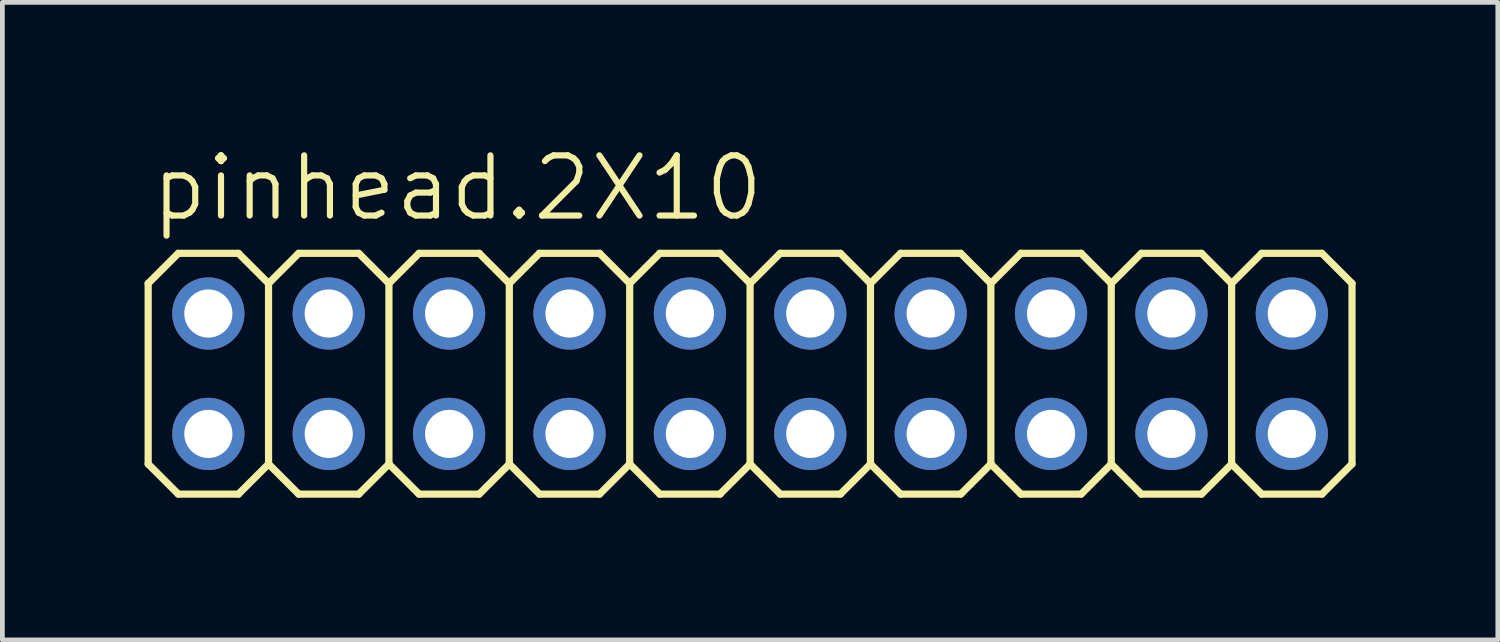
<source format=kicad_pcb>
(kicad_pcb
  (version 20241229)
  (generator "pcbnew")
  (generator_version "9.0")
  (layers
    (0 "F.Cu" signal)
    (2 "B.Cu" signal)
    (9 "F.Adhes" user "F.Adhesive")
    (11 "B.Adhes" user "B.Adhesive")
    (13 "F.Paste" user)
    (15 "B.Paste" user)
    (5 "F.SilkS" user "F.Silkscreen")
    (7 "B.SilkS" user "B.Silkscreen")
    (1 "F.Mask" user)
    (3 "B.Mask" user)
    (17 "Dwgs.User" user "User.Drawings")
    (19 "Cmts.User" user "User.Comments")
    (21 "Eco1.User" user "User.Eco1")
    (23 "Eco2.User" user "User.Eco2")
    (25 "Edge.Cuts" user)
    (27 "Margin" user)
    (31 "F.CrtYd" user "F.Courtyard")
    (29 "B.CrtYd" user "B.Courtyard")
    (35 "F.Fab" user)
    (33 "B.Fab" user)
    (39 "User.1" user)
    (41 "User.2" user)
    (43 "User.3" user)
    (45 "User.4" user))
  (footprint "pinhead.2X10"
    (layer "F.Cu")
    (at 12.776 4.835)
    (property "Reference" "pinhead.2X10" (at -12.7 -3.175 0) (layer "F.SilkS") (effects (font (size 1.27 1.27) (thickness 0.13)) (justify left bottom)))
    (attr through_hole)
    (fp_line (start -12.7 -1.905) (end -12.065 -2.54) (stroke (width 0.152) (type default)) (layer "F.SilkS"))
    (fp_line (start -12.7 1.905) (end -12.7 -1.905) (stroke (width 0.152) (type default)) (layer "F.SilkS"))
    (fp_line (start -12.7 1.905) (end -12.065 2.54) (stroke (width 0.152) (type default)) (layer "F.SilkS"))
    (fp_line (start -12.065 -2.54) (end -10.795 -2.54) (stroke (width 0.152) (type default)) (layer "F.SilkS"))
    (fp_line (start -12.065 2.54) (end -10.795 2.54) (stroke (width 0.152) (type default)) (layer "F.SilkS"))
    (fp_line (start -10.795 -2.54) (end -10.16 -1.905) (stroke (width 0.152) (type default)) (layer "F.SilkS"))
    (fp_line (start -10.795 2.54) (end -10.16 1.905) (stroke (width 0.152) (type default)) (layer "F.SilkS"))
    (fp_line (start -10.16 -1.905) (end -10.16 1.905) (stroke (width 0.152) (type default)) (layer "F.SilkS"))
    (fp_line (start -10.16 -1.905) (end -9.525 -2.54) (stroke (width 0.152) (type default)) (layer "F.SilkS"))
    (fp_line (start -10.16 1.905) (end -9.525 2.54) (stroke (width 0.152) (type default)) (layer "F.SilkS"))
    (fp_line (start -9.525 -2.54) (end -8.255 -2.54) (stroke (width 0.152) (type default)) (layer "F.SilkS"))
    (fp_line (start -9.525 2.54) (end -8.255 2.54) (stroke (width 0.152) (type default)) (layer "F.SilkS"))
    (fp_line (start -8.255 -2.54) (end -7.62 -1.905) (stroke (width 0.152) (type default)) (layer "F.SilkS"))
    (fp_line (start -8.255 2.54) (end -7.62 1.905) (stroke (width 0.152) (type default)) (layer "F.SilkS"))
    (fp_line (start -7.62 -1.905) (end -7.62 1.905) (stroke (width 0.152) (type default)) (layer "F.SilkS"))
    (fp_line (start -7.62 -1.905) (end -6.985 -2.54) (stroke (width 0.152) (type default)) (layer "F.SilkS"))
    (fp_line (start -7.62 1.905) (end -6.985 2.54) (stroke (width 0.152) (type default)) (layer "F.SilkS"))
    (fp_line (start -6.985 -2.54) (end -5.715 -2.54) (stroke (width 0.152) (type default)) (layer "F.SilkS"))
    (fp_line (start -6.985 2.54) (end -5.715 2.54) (stroke (width 0.152) (type default)) (layer "F.SilkS"))
    (fp_line (start -5.715 -2.54) (end -5.08 -1.905) (stroke (width 0.152) (type default)) (layer "F.SilkS"))
    (fp_line (start -5.715 2.54) (end -5.08 1.905) (stroke (width 0.152) (type default)) (layer "F.SilkS"))
    (fp_line (start -5.08 -1.905) (end -5.08 1.905) (stroke (width 0.152) (type default)) (layer "F.SilkS"))
    (fp_line (start -5.08 -1.905) (end -4.445 -2.54) (stroke (width 0.152) (type default)) (layer "F.SilkS"))
    (fp_line (start -5.08 1.905) (end -4.445 2.54) (stroke (width 0.152) (type default)) (layer "F.SilkS"))
    (fp_line (start -4.445 -2.54) (end -3.175 -2.54) (stroke (width 0.152) (type default)) (layer "F.SilkS"))
    (fp_line (start -4.445 2.54) (end -3.175 2.54) (stroke (width 0.152) (type default)) (layer "F.SilkS"))
    (fp_line (start -3.175 -2.54) (end -2.54 -1.905) (stroke (width 0.152) (type default)) (layer "F.SilkS"))
    (fp_line (start -3.175 2.54) (end -2.54 1.905) (stroke (width 0.152) (type default)) (layer "F.SilkS"))
    (fp_line (start -2.54 -1.905) (end -2.54 1.905) (stroke (width 0.152) (type default)) (layer "F.SilkS"))
    (fp_line (start -2.54 -1.905) (end -1.905 -2.54) (stroke (width 0.152) (type default)) (layer "F.SilkS"))
    (fp_line (start -2.54 1.905) (end -1.905 2.54) (stroke (width 0.152) (type default)) (layer "F.SilkS"))
    (fp_line (start -1.905 -2.54) (end -0.635 -2.54) (stroke (width 0.152) (type default)) (layer "F.SilkS"))
    (fp_line (start -1.905 2.54) (end -0.635 2.54) (stroke (width 0.152) (type default)) (layer "F.SilkS"))
    (fp_line (start -0.635 -2.54) (end 0 -1.905) (stroke (width 0.152) (type default)) (layer "F.SilkS"))
    (fp_line (start -0.635 2.54) (end 0 1.905) (stroke (width 0.152) (type default)) (layer "F.SilkS"))
    (fp_line (start 0 -1.905) (end 0 1.905) (stroke (width 0.152) (type default)) (layer "F.SilkS"))
    (fp_line (start 0 -1.905) (end 0.635 -2.54) (stroke (width 0.152) (type default)) (layer "F.SilkS"))
    (fp_line (start 0 1.905) (end 0.635 2.54) (stroke (width 0.152) (type default)) (layer "F.SilkS"))
    (fp_line (start 0.635 -2.54) (end 1.905 -2.54) (stroke (width 0.152) (type default)) (layer "F.SilkS"))
    (fp_line (start 0.635 2.54) (end 1.905 2.54) (stroke (width 0.152) (type default)) (layer "F.SilkS"))
    (fp_line (start 1.905 -2.54) (end 2.54 -1.905) (stroke (width 0.152) (type default)) (layer "F.SilkS"))
    (fp_line (start 1.905 2.54) (end 2.54 1.905) (stroke (width 0.152) (type default)) (layer "F.SilkS"))
    (fp_line (start 2.54 -1.905) (end 2.54 1.905) (stroke (width 0.152) (type default)) (layer "F.SilkS"))
    (fp_line (start 2.54 -1.905) (end 3.175 -2.54) (stroke (width 0.152) (type default)) (layer "F.SilkS"))
    (fp_line (start 2.54 1.905) (end 3.175 2.54) (stroke (width 0.152) (type default)) (layer "F.SilkS"))
    (fp_line (start 3.175 -2.54) (end 4.445 -2.54) (stroke (width 0.152) (type default)) (layer "F.SilkS"))
    (fp_line (start 3.175 2.54) (end 4.445 2.54) (stroke (width 0.152) (type default)) (layer "F.SilkS"))
    (fp_line (start 4.445 -2.54) (end 5.08 -1.905) (stroke (width 0.152) (type default)) (layer "F.SilkS"))
    (fp_line (start 5.08 -1.905) (end 5.08 1.905) (stroke (width 0.152) (type default)) (layer "F.SilkS"))
    (fp_line (start 5.08 -1.905) (end 5.715 -2.54) (stroke (width 0.152) (type default)) (layer "F.SilkS"))
    (fp_line (start 5.08 1.905) (end 4.445 2.54) (stroke (width 0.152) (type default)) (layer "F.SilkS"))
    (fp_line (start 5.08 1.905) (end 5.715 2.54) (stroke (width 0.152) (type default)) (layer "F.SilkS"))
    (fp_line (start 5.715 -2.54) (end 6.985 -2.54) (stroke (width 0.152) (type default)) (layer "F.SilkS"))
    (fp_line (start 5.715 2.54) (end 6.985 2.54) (stroke (width 0.152) (type default)) (layer "F.SilkS"))
    (fp_line (start 6.985 -2.54) (end 7.62 -1.905) (stroke (width 0.152) (type default)) (layer "F.SilkS"))
    (fp_line (start 7.62 -1.905) (end 7.62 1.905) (stroke (width 0.152) (type default)) (layer "F.SilkS"))
    (fp_line (start 7.62 -1.905) (end 8.255 -2.54) (stroke (width 0.152) (type default)) (layer "F.SilkS"))
    (fp_line (start 7.62 1.905) (end 6.985 2.54) (stroke (width 0.152) (type default)) (layer "F.SilkS"))
    (fp_line (start 7.62 1.905) (end 8.255 2.54) (stroke (width 0.152) (type default)) (layer "F.SilkS"))
    (fp_line (start 8.255 -2.54) (end 9.525 -2.54) (stroke (width 0.152) (type default)) (layer "F.SilkS"))
    (fp_line (start 8.255 2.54) (end 9.525 2.54) (stroke (width 0.152) (type default)) (layer "F.SilkS"))
    (fp_line (start 9.525 -2.54) (end 10.16 -1.905) (stroke (width 0.152) (type default)) (layer "F.SilkS"))
    (fp_line (start 10.16 -1.905) (end 10.16 1.905) (stroke (width 0.152) (type default)) (layer "F.SilkS"))
    (fp_line (start 10.16 -1.905) (end 10.795 -2.54) (stroke (width 0.152) (type default)) (layer "F.SilkS"))
    (fp_line (start 10.16 1.905) (end 9.525 2.54) (stroke (width 0.152) (type default)) (layer "F.SilkS"))
    (fp_line (start 10.16 1.905) (end 10.795 2.54) (stroke (width 0.152) (type default)) (layer "F.SilkS"))
    (fp_line (start 10.795 -2.54) (end 12.065 -2.54) (stroke (width 0.152) (type default)) (layer "F.SilkS"))
    (fp_line (start 10.795 2.54) (end 12.065 2.54) (stroke (width 0.152) (type default)) (layer "F.SilkS"))
    (fp_line (start 12.065 -2.54) (end 12.7 -1.905) (stroke (width 0.152) (type default)) (layer "F.SilkS"))
    (fp_line (start 12.7 -1.905) (end 12.7 1.905) (stroke (width 0.152) (type default)) (layer "F.SilkS"))
    (fp_line (start 12.7 1.905) (end 12.065 2.54) (stroke (width 0.152) (type default)) (layer "F.SilkS"))
    (fp_rect (start -11.684 -1.016) (end -11.176 -1.524) (stroke (width 0.05) (type default)) (fill no) (layer "F.Fab"))
    (fp_rect (start -11.684 1.524) (end -11.176 1.016) (stroke (width 0.05) (type default)) (fill no) (layer "F.Fab"))
    (fp_rect (start -9.144 -1.016) (end -8.636 -1.524) (stroke (width 0.05) (type default)) (fill no) (layer "F.Fab"))
    (fp_rect (start -9.144 1.524) (end -8.636 1.016) (stroke (width 0.05) (type default)) (fill no) (layer "F.Fab"))
    (fp_rect (start -6.604 -1.016) (end -6.096 -1.524) (stroke (width 0.05) (type default)) (fill no) (layer "F.Fab"))
    (fp_rect (start -6.604 1.524) (end -6.096 1.016) (stroke (width 0.05) (type default)) (fill no) (layer "F.Fab"))
    (fp_rect (start -4.064 -1.016) (end -3.556 -1.524) (stroke (width 0.05) (type default)) (fill no) (layer "F.Fab"))
    (fp_rect (start -4.064 1.524) (end -3.556 1.016) (stroke (width 0.05) (type default)) (fill no) (layer "F.Fab"))
    (fp_rect (start -1.524 -1.016) (end -1.016 -1.524) (stroke (width 0.05) (type default)) (fill no) (layer "F.Fab"))
    (fp_rect (start -1.524 1.524) (end -1.016 1.016) (stroke (width 0.05) (type default)) (fill no) (layer "F.Fab"))
    (fp_rect (start 1.016 -1.016) (end 1.524 -1.524) (stroke (width 0.05) (type default)) (fill no) (layer "F.Fab"))
    (fp_rect (start 1.016 1.524) (end 1.524 1.016) (stroke (width 0.05) (type default)) (fill no) (layer "F.Fab"))
    (fp_rect (start 3.556 -1.016) (end 4.064 -1.524) (stroke (width 0.05) (type default)) (fill no) (layer "F.Fab"))
    (fp_rect (start 3.556 1.524) (end 4.064 1.016) (stroke (width 0.05) (type default)) (fill no) (layer "F.Fab"))
    (fp_rect (start 6.096 -1.016) (end 6.604 -1.524) (stroke (width 0.05) (type default)) (fill no) (layer "F.Fab"))
    (fp_rect (start 6.096 1.524) (end 6.604 1.016) (stroke (width 0.05) (type default)) (fill no) (layer "F.Fab"))
    (fp_rect (start 8.636 -1.016) (end 9.144 -1.524) (stroke (width 0.05) (type default)) (fill no) (layer "F.Fab"))
    (fp_rect (start 8.636 1.524) (end 9.144 1.016) (stroke (width 0.05) (type default)) (fill no) (layer "F.Fab"))
    (fp_rect (start 11.176 -1.016) (end 11.684 -1.524) (stroke (width 0.05) (type default)) (fill no) (layer "F.Fab"))
    (fp_rect (start 11.176 1.524) (end 11.684 1.016) (stroke (width 0.05) (type default)) (fill no) (layer "F.Fab"))
    (pad "1" thru_hole circle (at -11.43 1.27) (size 1.524 1.524) (drill 1.016) (layers "*.Cu" "*.Mask"))
    (pad "2" thru_hole circle (at -11.43 -1.27) (size 1.524 1.524) (drill 1.016) (layers "*.Cu" "*.Mask"))
    (pad "3" thru_hole circle (at -8.89 1.27) (size 1.524 1.524) (drill 1.016) (layers "*.Cu" "*.Mask"))
    (pad "4" thru_hole circle (at -8.89 -1.27) (size 1.524 1.524) (drill 1.016) (layers "*.Cu" "*.Mask"))
    (pad "5" thru_hole circle (at -6.35 1.27) (size 1.524 1.524) (drill 1.016) (layers "*.Cu" "*.Mask"))
    (pad "6" thru_hole circle (at -6.35 -1.27) (size 1.524 1.524) (drill 1.016) (layers "*.Cu" "*.Mask"))
    (pad "7" thru_hole circle (at -3.81 1.27) (size 1.524 1.524) (drill 1.016) (layers "*.Cu" "*.Mask"))
    (pad "8" thru_hole circle (at -3.81 -1.27) (size 1.524 1.524) (drill 1.016) (layers "*.Cu" "*.Mask"))
    (pad "9" thru_hole circle (at -1.27 1.27) (size 1.524 1.524) (drill 1.016) (layers "*.Cu" "*.Mask"))
    (pad "10" thru_hole circle (at -1.27 -1.27) (size 1.524 1.524) (drill 1.016) (layers "*.Cu" "*.Mask"))
    (pad "11" thru_hole circle (at 1.27 1.27) (size 1.524 1.524) (drill 1.016) (layers "*.Cu" "*.Mask"))
    (pad "12" thru_hole circle (at 1.27 -1.27) (size 1.524 1.524) (drill 1.016) (layers "*.Cu" "*.Mask"))
    (pad "13" thru_hole circle (at 3.81 1.27) (size 1.524 1.524) (drill 1.016) (layers "*.Cu" "*.Mask"))
    (pad "14" thru_hole circle (at 3.81 -1.27) (size 1.524 1.524) (drill 1.016) (layers "*.Cu" "*.Mask"))
    (pad "15" thru_hole circle (at 6.35 1.27) (size 1.524 1.524) (drill 1.016) (layers "*.Cu" "*.Mask"))
    (pad "16" thru_hole circle (at 6.35 -1.27) (size 1.524 1.524) (drill 1.016) (layers "*.Cu" "*.Mask"))
    (pad "17" thru_hole circle (at 8.89 1.27) (size 1.524 1.524) (drill 1.016) (layers "*.Cu" "*.Mask"))
    (pad "18" thru_hole circle (at 8.89 -1.27) (size 1.524 1.524) (drill 1.016) (layers "*.Cu" "*.Mask"))
    (pad "19" thru_hole circle (at 11.43 1.27) (size 1.524 1.524) (drill 1.016) (layers "*.Cu" "*.Mask"))
    (pad "20" thru_hole circle (at 11.43 -1.27) (size 1.524 1.524) (drill 1.016) (layers "*.Cu" "*.Mask")))
  (gr_rect
    (start -3 -3)
    (end 28.552 10.451)
    (stroke (width 0.1) (type default))
    (fill no)
    (layer "Edge.Cuts")))
</source>
